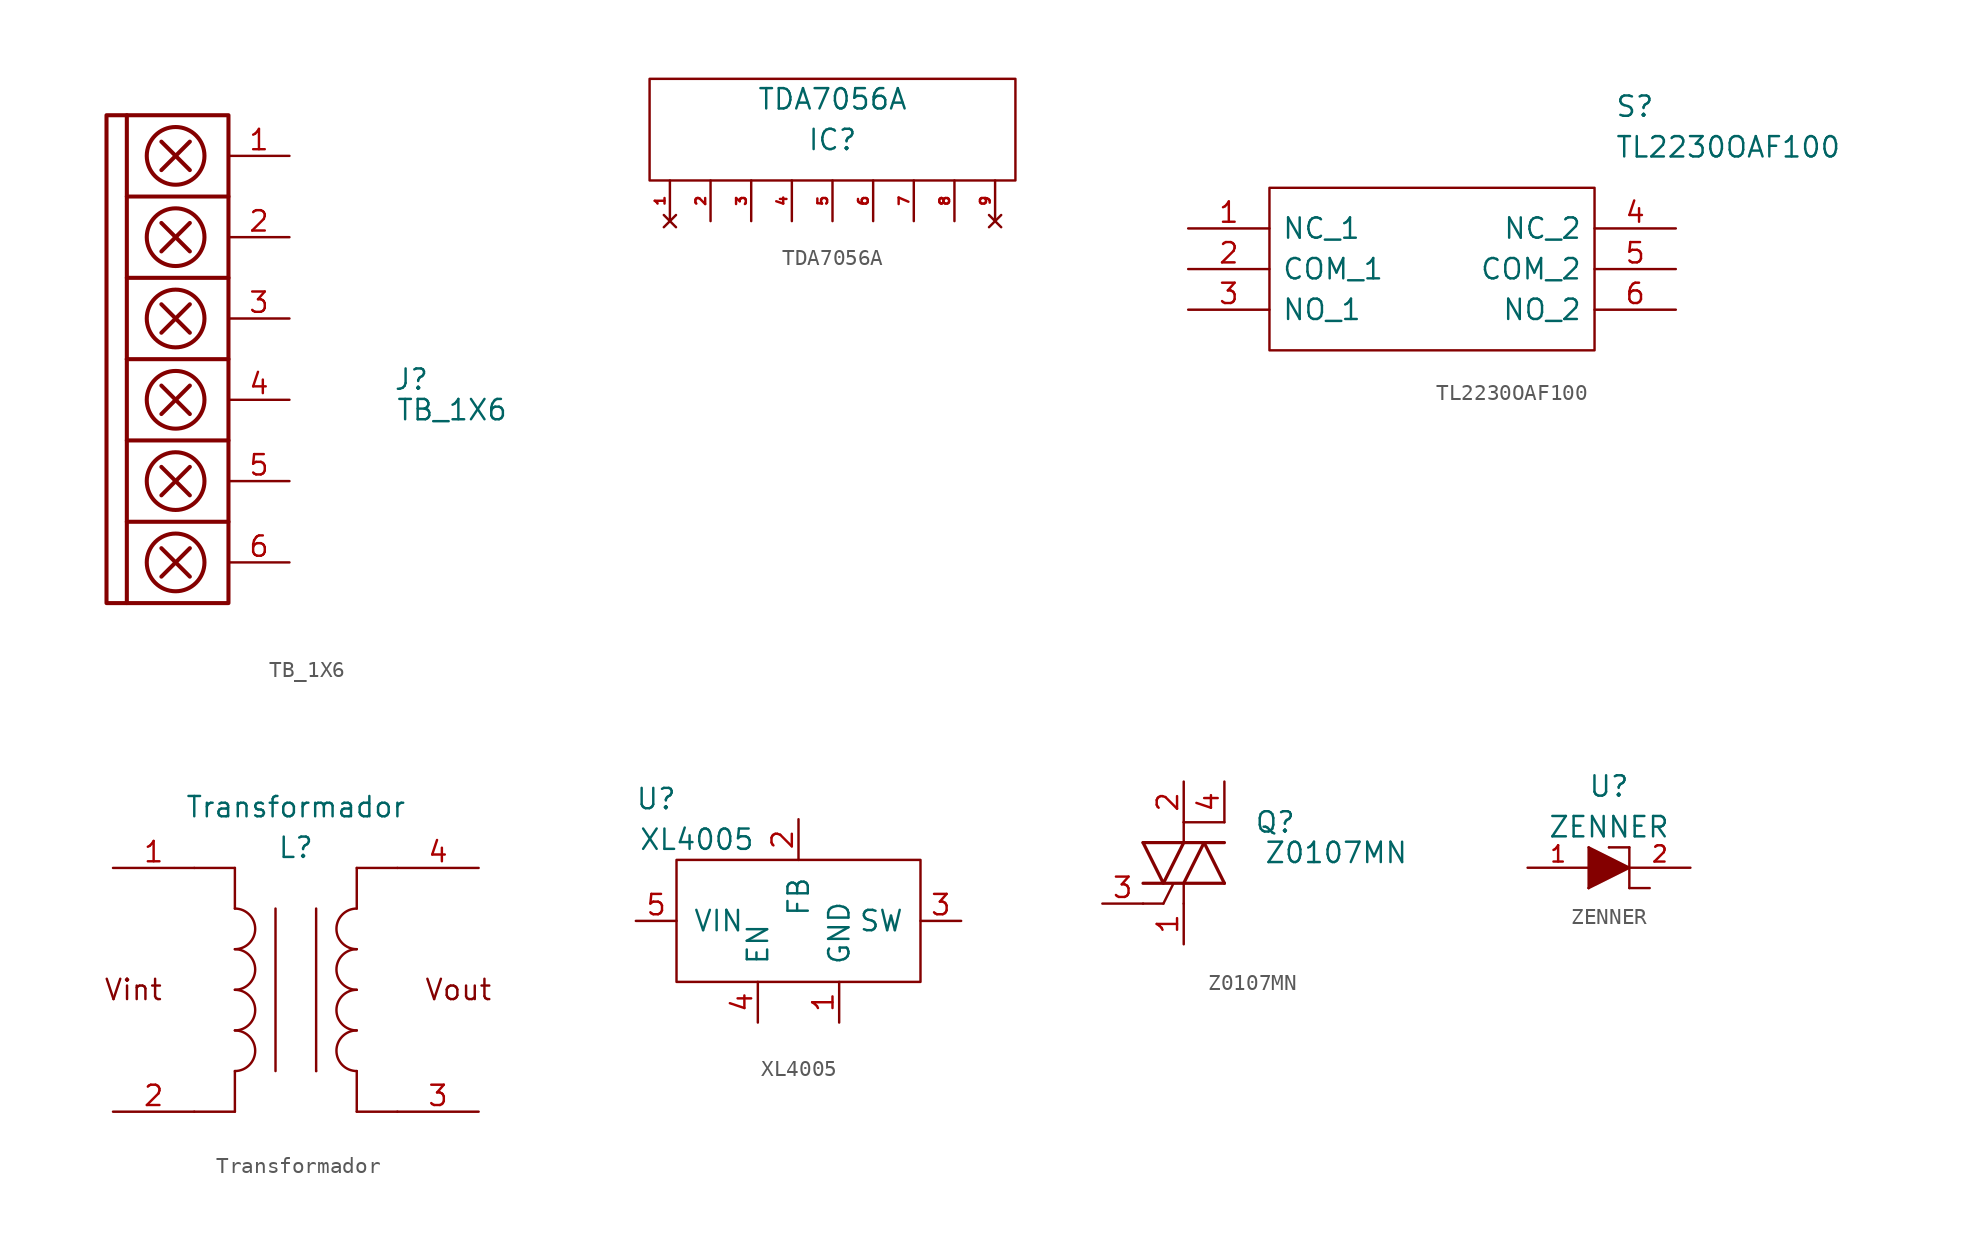
<source format=kicad_sym>
(kicad_symbol_lib
  (version 20231120)
  (generator "kicad_symbol_editor")
  (generator_version "8.0")
  (symbol "TB_1X6"
    (pin_names
      (offset 1.016))
    (property "Reference" "J"
      (at 15.24 -1.27 0)
      (effects (font (size 1.27 1.27))))
    (property "Value" "TB_1X6"
      (at 17.78 -3.175 0)
      (effects (font (size 1.27 1.27))))
    (symbol "TB_1X6_0_1"
      (rectangle (start -3.81 15.24) (end 3.81 -15.24) (stroke (width 0.254) (type default)) (fill (type none)))
      (polyline (pts (xy 3.81 0) (xy -2.54 0)) (stroke (width 0.254) (type default)) (fill (type none))))
    (symbol "TB_1X6_1_1"
      (polyline (pts (xy -2.54 -10.16) (xy 3.81 -10.16)) (stroke (width 0.254) (type default)) (fill (type none)))
      (polyline (pts (xy -2.54 -5.08) (xy 3.81 -5.08)) (stroke (width 0.254) (type default)) (fill (type none)))
      (polyline (pts (xy -2.54 0) (xy -2.54 -15.24)) (stroke (width 0.254) (type default)) (fill (type none)))
      (polyline (pts (xy -2.54 5.08) (xy 3.81 5.08)) (stroke (width 0.254) (type default)) (fill (type none)))
      (polyline (pts (xy -2.54 10.16) (xy 3.81 10.16)) (stroke (width 0.254) (type default)) (fill (type none)))
      (polyline (pts (xy -2.54 15.24) (xy -2.54 0)) (stroke (width 0.254) (type default)) (fill (type none)))
      (polyline (pts (xy -0.381 -13.589) (xy 1.397 -11.811)) (stroke (width 0.254) (type default)) (fill (type none)))
      (polyline (pts (xy -0.381 -11.811) (xy 1.397 -13.589)) (stroke (width 0.254) (type default)) (fill (type none)))
      (polyline (pts (xy -0.381 -8.509) (xy 1.397 -6.731)) (stroke (width 0.254) (type default)) (fill (type none)))
      (polyline (pts (xy -0.381 -6.731) (xy 1.397 -8.509)) (stroke (width 0.254) (type default)) (fill (type none)))
      (polyline (pts (xy -0.381 -3.429) (xy 1.397 -1.651)) (stroke (width 0.254) (type default)) (fill (type none)))
      (polyline (pts (xy -0.381 -1.651) (xy 1.397 -3.429)) (stroke (width 0.254) (type default)) (fill (type none)))
      (polyline (pts (xy -0.381 1.651) (xy 1.397 3.429)) (stroke (width 0.254) (type default)) (fill (type none)))
      (polyline (pts (xy -0.381 3.429) (xy 1.397 1.651)) (stroke (width 0.254) (type default)) (fill (type none)))
      (polyline (pts (xy -0.381 6.731) (xy 1.397 8.509)) (stroke (width 0.254) (type default)) (fill (type none)))
      (polyline (pts (xy -0.381 8.509) (xy 1.397 6.731)) (stroke (width 0.254) (type default)) (fill (type none)))
      (polyline (pts (xy -0.381 11.811) (xy 1.397 13.589)) (stroke (width 0.254) (type default)) (fill (type none)))
      (polyline (pts (xy -0.381 13.589) (xy 1.397 11.811)) (stroke (width 0.254) (type default)) (fill (type none)))
      (circle (center 0.508 -12.7) (radius 1.803) (stroke (width 0.254) (type default)) (fill (type none)))
      (circle (center 0.508 -7.62) (radius 1.803) (stroke (width 0.254) (type default)) (fill (type none)))
      (circle (center 0.508 -2.54) (radius 1.803) (stroke (width 0.254) (type default)) (fill (type none)))
      (circle (center 0.508 2.54) (radius 1.803) (stroke (width 0.254) (type default)) (fill (type none)))
      (circle (center 0.508 7.62) (radius 1.803) (stroke (width 0.254) (type default)) (fill (type none)))
      (circle (center 0.508 12.7) (radius 1.803) (stroke (width 0.254) (type default)) (fill (type none)))
      (pin input line (at 7.62 12.7 180) (length 3.81) (name "~" (effects (font (size 1.27 1.27)))) (number "1" (effects (font (size 1.27 1.27)))))
      (pin input line (at 7.62 7.62 180) (length 3.81) (name "~" (effects (font (size 1.27 1.27)))) (number "2" (effects (font (size 1.27 1.27)))))
      (pin input line (at 7.62 2.54 180) (length 3.81) (name "~" (effects (font (size 1.27 1.27)))) (number "3" (effects (font (size 1.27 1.27)))))
      (pin input line (at 7.62 -2.54 180) (length 3.81) (name "~" (effects (font (size 1.27 1.27)))) (number "4" (effects (font (size 1.27 1.27)))))
      (pin input line (at 7.62 -7.62 180) (length 3.81) (name "~" (effects (font (size 1.27 1.27)))) (number "5" (effects (font (size 1.27 1.27)))))
      (pin input line (at 7.62 -12.7 180) (length 3.81) (name "~" (effects (font (size 1.27 1.27)))) (number "6" (effects (font (size 1.27 1.27)))))))
  (symbol "TDA7056A"
    (pin_names
      (offset 1.016))
    (property "Reference" "IC"
      (at 0 -1.27 0)
      (effects (font (size 1.27 1.27))))
    (property "Value" "TDA7056A"
      (at 0 1.27 0)
      (effects (font (size 1.27 1.27))))
    (symbol "TDA7056A_0_1"
      (polyline (pts (xy -11.43 -3.81) (xy 11.43 -3.81) (xy 11.43 2.54) (xy -11.43 2.54) (xy -11.43 -3.81)) (stroke (width 0) (type default)) (fill (type none))))
    (symbol "TDA7056A_1_1"
      (pin no_connect line (at -10.16 -6.35 90) (length 2.54) (name "n.c." (effects (font (size 0 0)))) (number "1" (effects (font (size 0.61 0.61)))))
      (pin power_in line (at -7.62 -6.35 90) (length 2.54) (name "Vcc" (effects (font (size 0 0)))) (number "2" (effects (font (size 0.61 0.61)))))
      (pin input line (at -5.08 -6.35 90) (length 2.54) (name "Vin" (effects (font (size 0 0)))) (number "3" (effects (font (size 0.61 0.61)))))
      (pin output line (at -2.54 -6.35 90) (length 2.54) (name "GND1" (effects (font (size 0 0)))) (number "4" (effects (font (size 0.61 0.61)))))
      (pin input line (at 0 -6.35 90) (length 2.54) (name "VC" (effects (font (size 0 0)))) (number "5" (effects (font (size 0.61 0.61)))))
      (pin output line (at 2.54 -6.35 90) (length 2.54) (name "OUT+" (effects (font (size 0 0)))) (number "6" (effects (font (size 0.61 0.61)))))
      (pin power_in line (at 5.08 -6.35 90) (length 2.54) (name "GND2" (effects (font (size 0 0)))) (number "7" (effects (font (size 0.61 0.61)))))
      (pin output line (at 7.62 -6.35 90) (length 2.54) (name "OUT-" (effects (font (size 0 0)))) (number "8" (effects (font (size 0.61 0.61)))))
      (pin no_connect line (at 10.16 -6.35 90) (length 2.54) (name "n.c." (effects (font (size 0 0)))) (number "9" (effects (font (size 0.61 0.61)))))))
  (symbol "TL2230OAF100"
    (pin_names
      (offset 0.762))
    (property "Reference" "S"
      (at 11.43 10.16 0)
      (effects (font (size 1.27 1.27)) (justify left)))
    (property "Value" "TL2230OAF100"
      (at 11.43 7.62 0)
      (effects (font (size 1.27 1.27)) (justify left)))
    (symbol "TL2230OAF100_0_0"
      (pin passive line (at -15.24 2.54 0) (length 5.08) (name "NC_1" (effects (font (size 1.27 1.27)))) (number "1" (effects (font (size 1.27 1.27)))))
      (pin passive line (at -15.24 0 0) (length 5.08) (name "COM_1" (effects (font (size 1.27 1.27)))) (number "2" (effects (font (size 1.27 1.27)))))
      (pin passive line (at -15.24 -2.54 0) (length 5.08) (name "NO_1" (effects (font (size 1.27 1.27)))) (number "3" (effects (font (size 1.27 1.27)))))
      (pin passive line (at 15.24 2.54 180) (length 5.08) (name "NC_2" (effects (font (size 1.27 1.27)))) (number "4" (effects (font (size 1.27 1.27)))))
      (pin passive line (at 15.24 0 180) (length 5.08) (name "COM_2" (effects (font (size 1.27 1.27)))) (number "5" (effects (font (size 1.27 1.27)))))
      (pin passive line (at 15.24 -2.54 180) (length 5.08) (name "NO_2" (effects (font (size 1.27 1.27)))) (number "6" (effects (font (size 1.27 1.27))))))
    (symbol "TL2230OAF100_0_1"
      (polyline (pts (xy -10.16 5.08) (xy 10.16 5.08) (xy 10.16 -5.08) (xy -10.16 -5.08) (xy -10.16 5.08)) (stroke (width 0.152) (type default)) (fill (type none)))))
  (symbol "Transformador"
    (pin_names
      (offset 1.016) hide)
    (property "Reference" "L"
      (at 0 8.89 0)
      (effects (font (size 1.27 1.27))))
    (property "Value" "Transformador"
      (at 0 11.43 0)
      (effects (font (size 1.27 1.27))))
    (symbol "Transformador_0_0"
      (text "Vint" (at -10.16 0 0) (effects (font (size 1.27 1.27))))
      (text "Vout" (at 10.16 0 0) (effects (font (size 1.27 1.27))))
      (pin passive line (at -11.43 7.62 0) (length 5.08) (name "A" (effects (font (size 1.27 1.27)))) (number "1" (effects (font (size 1.27 1.27)))))
      (pin passive line (at -11.43 -7.62 0) (length 5.08) (name "B" (effects (font (size 1.27 1.27)))) (number "2" (effects (font (size 1.27 1.27)))))
      (pin passive line (at 11.43 -7.62 180) (length 5.08) (name "C" (effects (font (size 1.27 1.27)))) (number "3" (effects (font (size 1.27 1.27)))))
      (pin passive line (at 11.43 7.62 180) (length 5.08) (name "D" (effects (font (size 1.27 1.27)))) (number "4" (effects (font (size 1.27 1.27))))))
    (symbol "Transformador_0_1"
      (rectangle (start -6.35 7.62) (end -3.81 7.62) (stroke (width 0) (type default)) (fill (type none)))
      (rectangle (start -3.81 -7.62) (end -6.35 -7.62) (stroke (width 0) (type default)) (fill (type none)))
      (rectangle (start -3.81 -5.08) (end -3.81 -7.62) (stroke (width 0) (type default)) (fill (type none)))
      (arc (start -3.81 -5.08) (mid -2.5455 -3.81) (end -3.81 -2.54) (stroke (width 0) (type default)) (fill (type none)))
      (arc (start -3.81 -2.54) (mid -2.5455 -1.27) (end -3.81 0) (stroke (width 0) (type default)) (fill (type none)))
      (arc (start -3.81 0) (mid -2.5455 1.27) (end -3.81 2.54) (stroke (width 0) (type default)) (fill (type none)))
      (arc (start -3.81 2.54) (mid -2.5455 3.81) (end -3.81 5.08) (stroke (width 0) (type default)) (fill (type none)))
      (rectangle (start -3.81 5.08) (end -3.81 7.62) (stroke (width 0) (type default)) (fill (type none)))
      (rectangle (start -1.27 -5.08) (end -1.27 5.08) (stroke (width 0) (type default)) (fill (type none)))
      (rectangle (start 1.27 -5.08) (end 1.27 -5.08) (stroke (width 0) (type default)) (fill (type none)))
      (rectangle (start 1.27 5.08) (end 1.27 -5.08) (stroke (width 0) (type default)) (fill (type none)))
      (rectangle (start 3.81 -5.08) (end 3.81 -7.62) (stroke (width 0) (type default)) (fill (type none)))
      (arc (start 3.81 -2.54) (mid 2.5455 -3.81) (end 3.81 -5.08) (stroke (width 0) (type default)) (fill (type none)))
      (arc (start 3.81 0) (mid 2.5455 -1.27) (end 3.81 -2.54) (stroke (width 0) (type default)) (fill (type none)))
      (arc (start 3.81 2.54) (mid 2.5455 1.27) (end 3.81 0) (stroke (width 0) (type default)) (fill (type none)))
      (arc (start 3.81 5.08) (mid 2.5455 3.81) (end 3.81 2.54) (stroke (width 0) (type default)) (fill (type none)))
      (rectangle (start 3.81 5.08) (end 3.81 7.62) (stroke (width 0) (type default)) (fill (type none)))
      (rectangle (start 3.81 7.62) (end 6.35 7.62) (stroke (width 0) (type default)) (fill (type none)))
      (rectangle (start 6.35 -7.62) (end 3.81 -7.62) (stroke (width 0) (type default)) (fill (type none)))))
  (symbol "XL4005"
    (pin_names
      (offset 1.016))
    (property "Reference" "U"
      (at -8.89 7.62 0)
      (effects (font (size 1.27 1.27))))
    (property "Value" "XL4005"
      (at -6.35 5.08 0)
      (effects (font (size 1.27 1.27))))
    (symbol "XL4005_0_1"
      (rectangle (start -7.62 3.81) (end 7.62 -3.81) (stroke (width 0) (type default)) (fill (type none))))
    (symbol "XL4005_1_1"
      (pin power_in line (at 2.54 -6.35 90) (length 2.54) (name "GND" (effects (font (size 1.27 1.27)))) (number "1" (effects (font (size 1.27 1.27)))))
      (pin input line (at 0 6.35 270) (length 2.54) (name "FB" (effects (font (size 1.27 1.27)))) (number "2" (effects (font (size 1.27 1.27)))))
      (pin output line (at 10.16 0 180) (length 2.54) (name "SW" (effects (font (size 1.27 1.27)))) (number "3" (effects (font (size 1.27 1.27)))))
      (pin input line (at -2.54 -6.35 90) (length 2.54) (name "EN" (effects (font (size 1.27 1.27)))) (number "4" (effects (font (size 1.27 1.27)))))
      (pin power_in line (at -10.16 0 0) (length 2.54) (name "VIN" (effects (font (size 1.27 1.27)))) (number "5" (effects (font (size 1.27 1.27)))))))
  (symbol "Z0107MN"
    (pin_names
      (offset 1.016) hide)
    (property "Reference" "Q"
      (at 5.715 2.54 0)
      (effects (font (size 1.27 1.27))))
    (property "Value" "Z0107MN"
      (at 9.525 0.635 0)
      (effects (font (size 1.27 1.27))))
    (symbol "Z0107MN_0_1"
      (polyline (pts (xy 2.54 2.54) (xy 0 2.54)) (stroke (width 0) (type default)) (fill (type none))))
    (symbol "Z0107MN_1_1"
      (rectangle (start -2.54 -2.54) (end -1.27 -2.54) (stroke (width 0) (type default)) (fill (type none)))
      (rectangle (start 0 -2.54) (end 0 -1.27) (stroke (width 0) (type default)) (fill (type none)))
      (polyline (pts (xy -2.54 -1.27) (xy 2.54 -1.27)) (stroke (width 0.203) (type default)) (fill (type none)))
      (polyline (pts (xy -2.54 1.27) (xy 2.54 1.27)) (stroke (width 0.203) (type default)) (fill (type none)))
      (polyline (pts (xy -1.27 -2.54) (xy -0.635 -1.27)) (stroke (width 0) (type default)) (fill (type none)))
      (polyline (pts (xy -2.54 1.27) (xy -1.27 -1.27) (xy 0 1.27)) (stroke (width 0.203) (type default)) (fill (type none)))
      (polyline (pts (xy 0 -1.27) (xy 1.27 1.27) (xy 2.54 -1.27)) (stroke (width 0.203) (type default)) (fill (type none)))
      (rectangle (start 0 1.27) (end 0 2.54) (stroke (width 0) (type default)) (fill (type none)))
      (pin passive line (at 0 -5.08 90) (length 2.54) (name "A1" (effects (font (size 0.635 0.635)))) (number "1" (effects (font (size 1.27 1.27)))))
      (pin passive line (at 0 5.08 270) (length 2.54) (name "A2" (effects (font (size 0.635 0.635)))) (number "2" (effects (font (size 1.27 1.27)))))
      (pin input line (at -5.08 -2.54 0) (length 2.54) (name "G" (effects (font (size 0.635 0.635)))) (number "3" (effects (font (size 1.27 1.27)))))
      (pin input line (at 2.54 5.08 270) (length 2.54) (name "A2" (effects (font (size 1.27 1.27)))) (number "4" (effects (font (size 1.27 1.27)))))))
  (symbol "ZENNER"
    (pin_names
      (offset 1.016) hide)
    (property "Reference" "U"
      (at 0 5.08 0)
      (effects (font (size 1.27 1.27))))
    (property "Value" "ZENNER"
      (at 0 2.54 0)
      (effects (font (size 1.27 1.27))))
    (symbol "ZENNER_0_1"
      (rectangle (start -1.27 -1.27) (end -1.27 -1.27) (stroke (width 0) (type default)) (fill (type none)))
      (rectangle (start -1.27 1.27) (end -1.27 -1.27) (stroke (width 0) (type default)) (fill (type none)))
      (rectangle (start 0 1.27) (end 0 1.27) (stroke (width 0) (type default)) (fill (type none)))
      (rectangle (start 1.27 -1.27) (end 2.54 -1.27) (stroke (width 0) (type default)) (fill (type none)))
      (rectangle (start 1.27 1.27) (end 0 1.27) (stroke (width 0) (type default)) (fill (type none))))
    (symbol "ZENNER_1_1"
      (polyline (pts (xy 1.27 1.27) (xy 1.27 -1.27)) (stroke (width 0.152) (type default)) (fill (type none)))
      (polyline (pts (xy -1.27 1.27) (xy 1.27 0) (xy -1.27 -1.27)) (stroke (width 0) (type default)) (fill (type outline)))
      (pin passive line (at -5.08 0 0) (length 3.81) (name "A" (effects (font (size 1.016 1.016)))) (number "1" (effects (font (size 1.016 1.016)))))
      (pin passive line (at 5.08 0 180) (length 3.81) (name "K" (effects (font (size 1.016 1.016)))) (number "2" (effects (font (size 1.016 1.016))))))))
</source>
